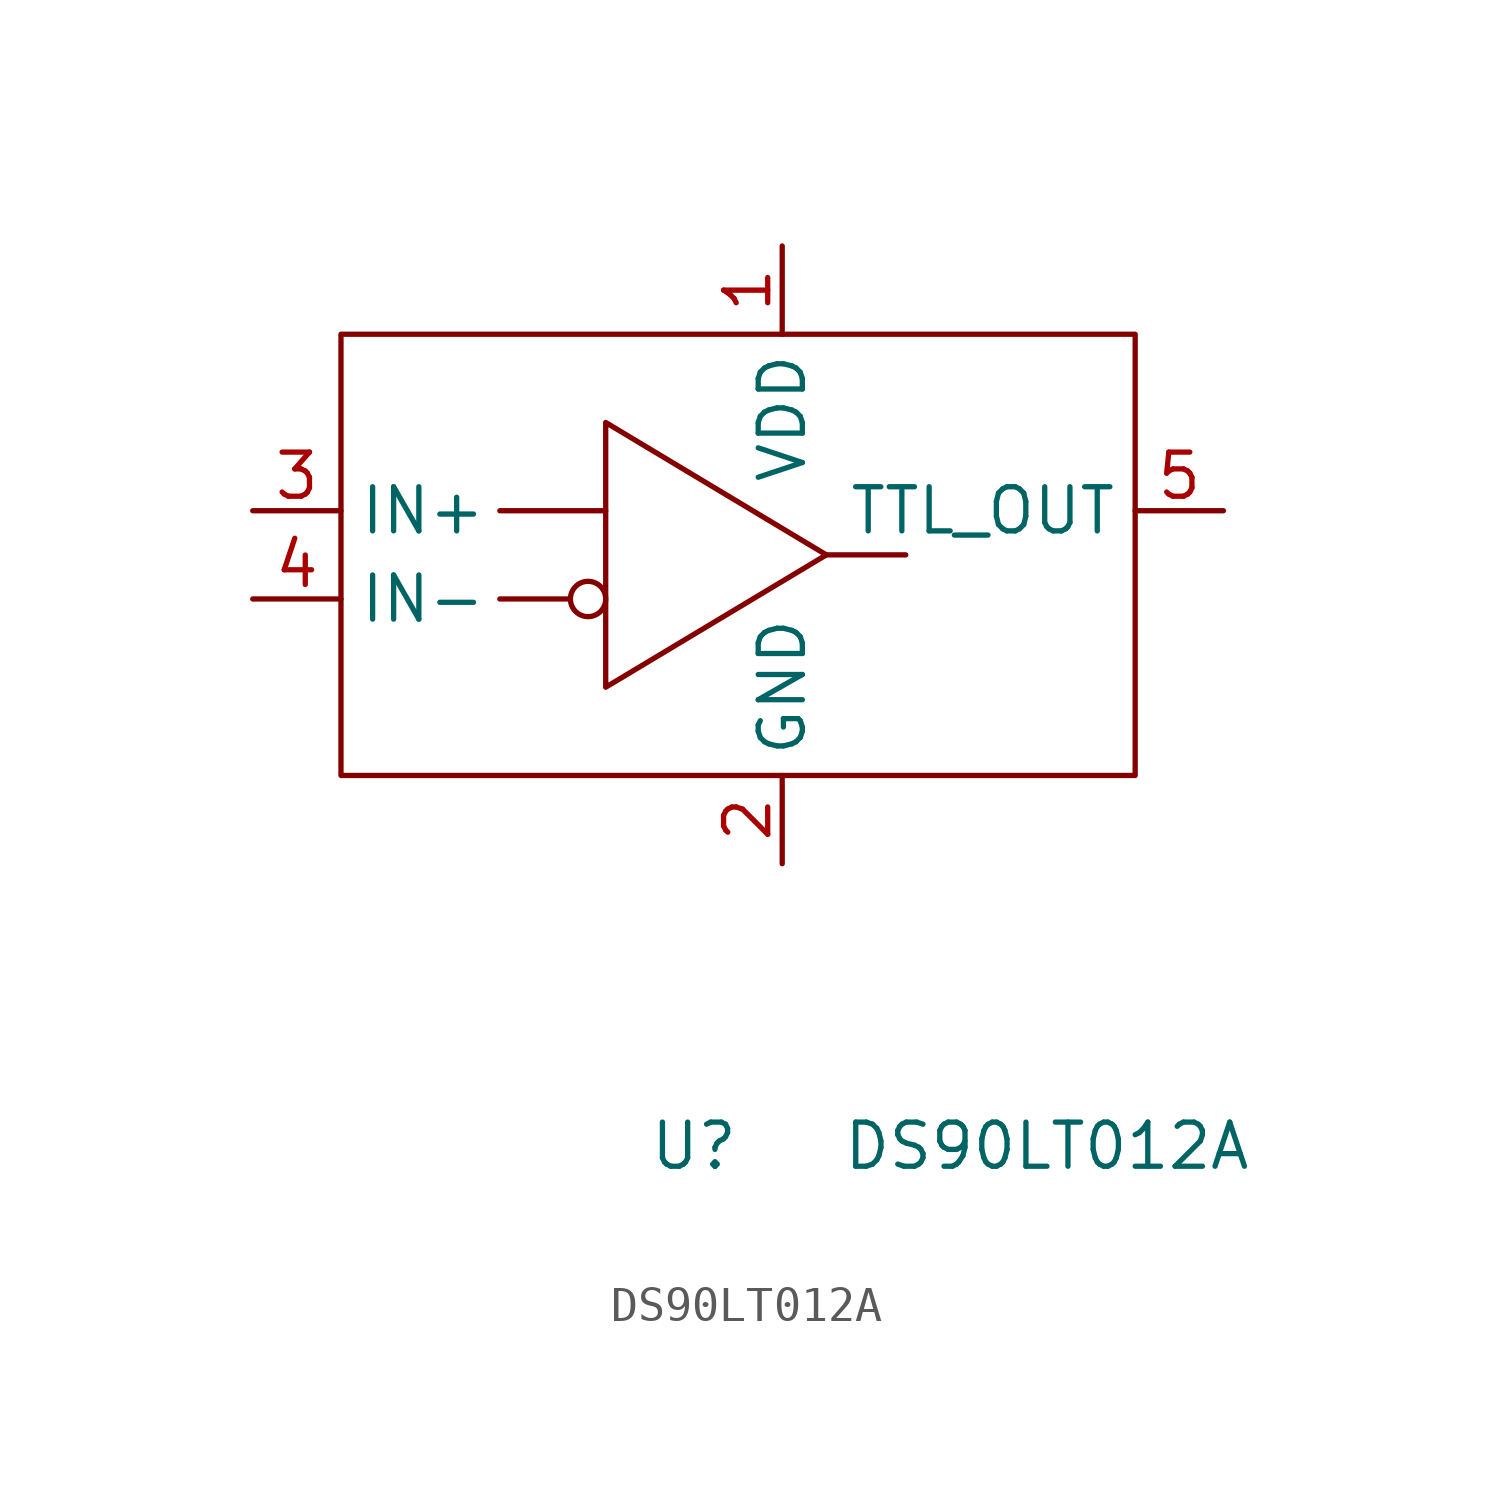
<source format=kicad_sym>
(kicad_symbol_lib
  (version 20231120)
  (generator "kicad_symbol_editor")
  (generator_version "8.0")
  (symbol "DS90LT012A"
    (property "Reference" "U"
      (at -2.54 -15.748 0)
      (effects (font (size 1.27 1.27))))
    (property "Value" "DS90LT012A"
      (at 7.62 -15.748 0)
      (effects (font (size 1.27 1.27))))
    (symbol "DS90LT012A_0_1"
      (circle (center -5.588 0) (radius 0.508) (stroke (width 0) (type default)) (fill (type none)))
      (polyline (pts (xy -8.128 0) (xy -6.096 0)) (stroke (width 0) (type default)) (fill (type none)))
      (polyline (pts (xy -5.08 2.54) (xy -8.128 2.54)) (stroke (width 0) (type default)) (fill (type none)))
      (polyline (pts (xy 3.556 1.27) (xy 1.27 1.27)) (stroke (width 0) (type default)) (fill (type none)))
      (polyline (pts (xy -5.08 5.08) (xy -5.08 -2.54) (xy 1.27 1.27) (xy -5.08 5.08)) (stroke (width 0) (type default)) (fill (type none))))
    (symbol "DS90LT012A_1_1"
      (rectangle (start -12.7 7.62) (end 10.16 -5.08) (stroke (width 0) (type default)) (fill (type none)))
      (pin power_in line (at 0 10.16 270) (length 2.54) (name "VDD" (effects (font (size 1.27 1.27)))) (number "1" (effects (font (size 1.27 1.27)))))
      (pin power_in line (at 0 -7.62 90) (length 2.54) (name "GND" (effects (font (size 1.27 1.27)))) (number "2" (effects (font (size 1.27 1.27)))))
      (pin input line (at -15.24 2.54 0) (length 2.54) (name "IN+" (effects (font (size 1.27 1.27)))) (number "3" (effects (font (size 1.27 1.27)))))
      (pin input line (at -15.24 0 0) (length 2.54) (name "IN-" (effects (font (size 1.27 1.27)))) (number "4" (effects (font (size 1.27 1.27)))))
      (pin output line (at 12.7 2.54 180) (length 2.54) (name "TTL_OUT" (effects (font (size 1.27 1.27)))) (number "5" (effects (font (size 1.27 1.27))))))))
</source>
